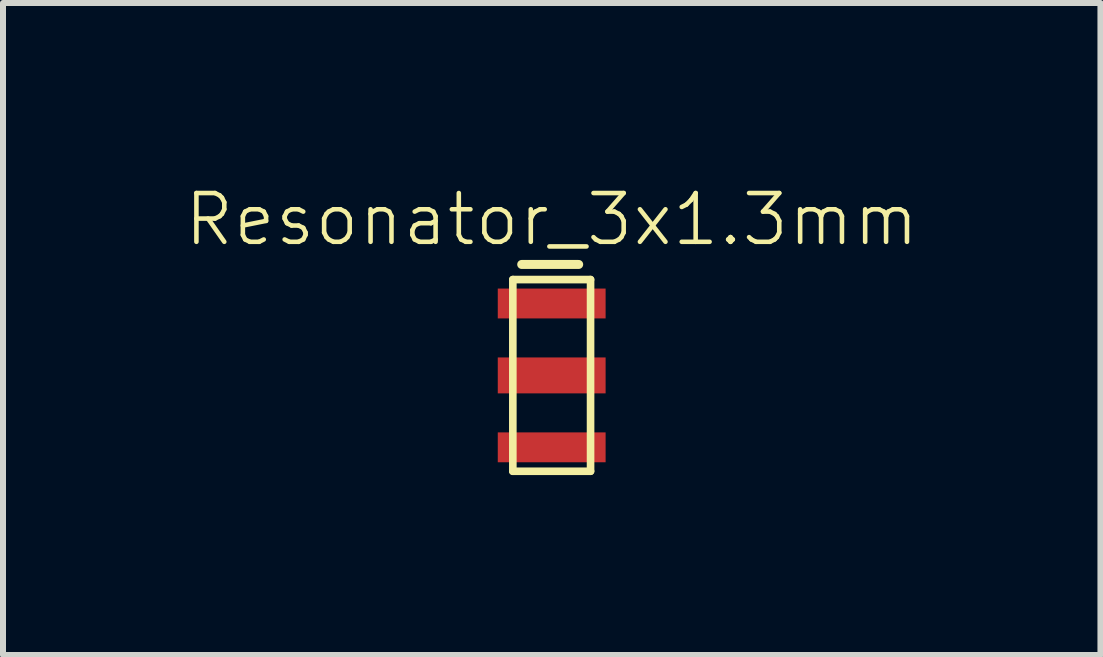
<source format=kicad_pcb>
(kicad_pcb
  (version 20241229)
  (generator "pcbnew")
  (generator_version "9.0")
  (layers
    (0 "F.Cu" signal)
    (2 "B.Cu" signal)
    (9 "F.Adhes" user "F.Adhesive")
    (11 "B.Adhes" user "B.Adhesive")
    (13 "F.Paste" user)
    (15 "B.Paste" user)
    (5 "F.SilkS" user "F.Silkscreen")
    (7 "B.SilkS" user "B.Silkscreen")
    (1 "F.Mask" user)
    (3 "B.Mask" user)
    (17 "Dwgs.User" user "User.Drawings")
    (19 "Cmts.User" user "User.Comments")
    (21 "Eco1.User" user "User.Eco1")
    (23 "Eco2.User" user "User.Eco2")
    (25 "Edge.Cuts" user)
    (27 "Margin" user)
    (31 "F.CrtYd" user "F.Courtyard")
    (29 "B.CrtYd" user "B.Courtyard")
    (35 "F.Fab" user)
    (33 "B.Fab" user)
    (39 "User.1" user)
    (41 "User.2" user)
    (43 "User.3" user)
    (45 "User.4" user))
  (footprint "Resonator_3x1.3mm"
    (layer "F.Cu")
    (at 6.148 3.209)
    (property "Reference" "Resonator_3x1.3mm" (at 0 -2.6 0) (layer "F.SilkS") (effects (font (size 0.813 0.813) (thickness 0.076))))
    (attr smd)
    (fp_line (start -0.648 -1.598) (end -0.648 1.598) (stroke (width 0.127) (type solid)) (layer "F.SilkS"))
    (fp_line (start -0.648 1.598) (end 0.648 1.598) (stroke (width 0.127) (type solid)) (layer "F.SilkS"))
    (fp_line (start -0.5 -1.85) (end 0.45 -1.85) (stroke (width 0.15) (type solid)) (layer "F.SilkS"))
    (fp_line (start 0.648 -1.598) (end -0.648 -1.598) (stroke (width 0.127) (type solid)) (layer "F.SilkS"))
    (fp_line (start 0.648 1.598) (end 0.648 -1.598) (stroke (width 0.127) (type solid)) (layer "F.SilkS"))
    (pad "1" smd rect (at 0 -1.199) (size 1.798 0.498) (layers "F.Cu" "F.Mask" "F.Paste"))
    (pad "2" smd rect (at 0 1.199) (size 1.798 0.498) (layers "F.Cu" "F.Mask" "F.Paste"))
    (pad "3" smd rect (at 0 0) (size 1.798 0.599) (layers "F.Cu" "F.Mask" "F.Paste")))
  (gr_rect
    (start -3 -3)
    (end 15.297 7.87)
    (stroke (width 0.1) (type default))
    (fill no)
    (layer "Edge.Cuts")))
</source>
